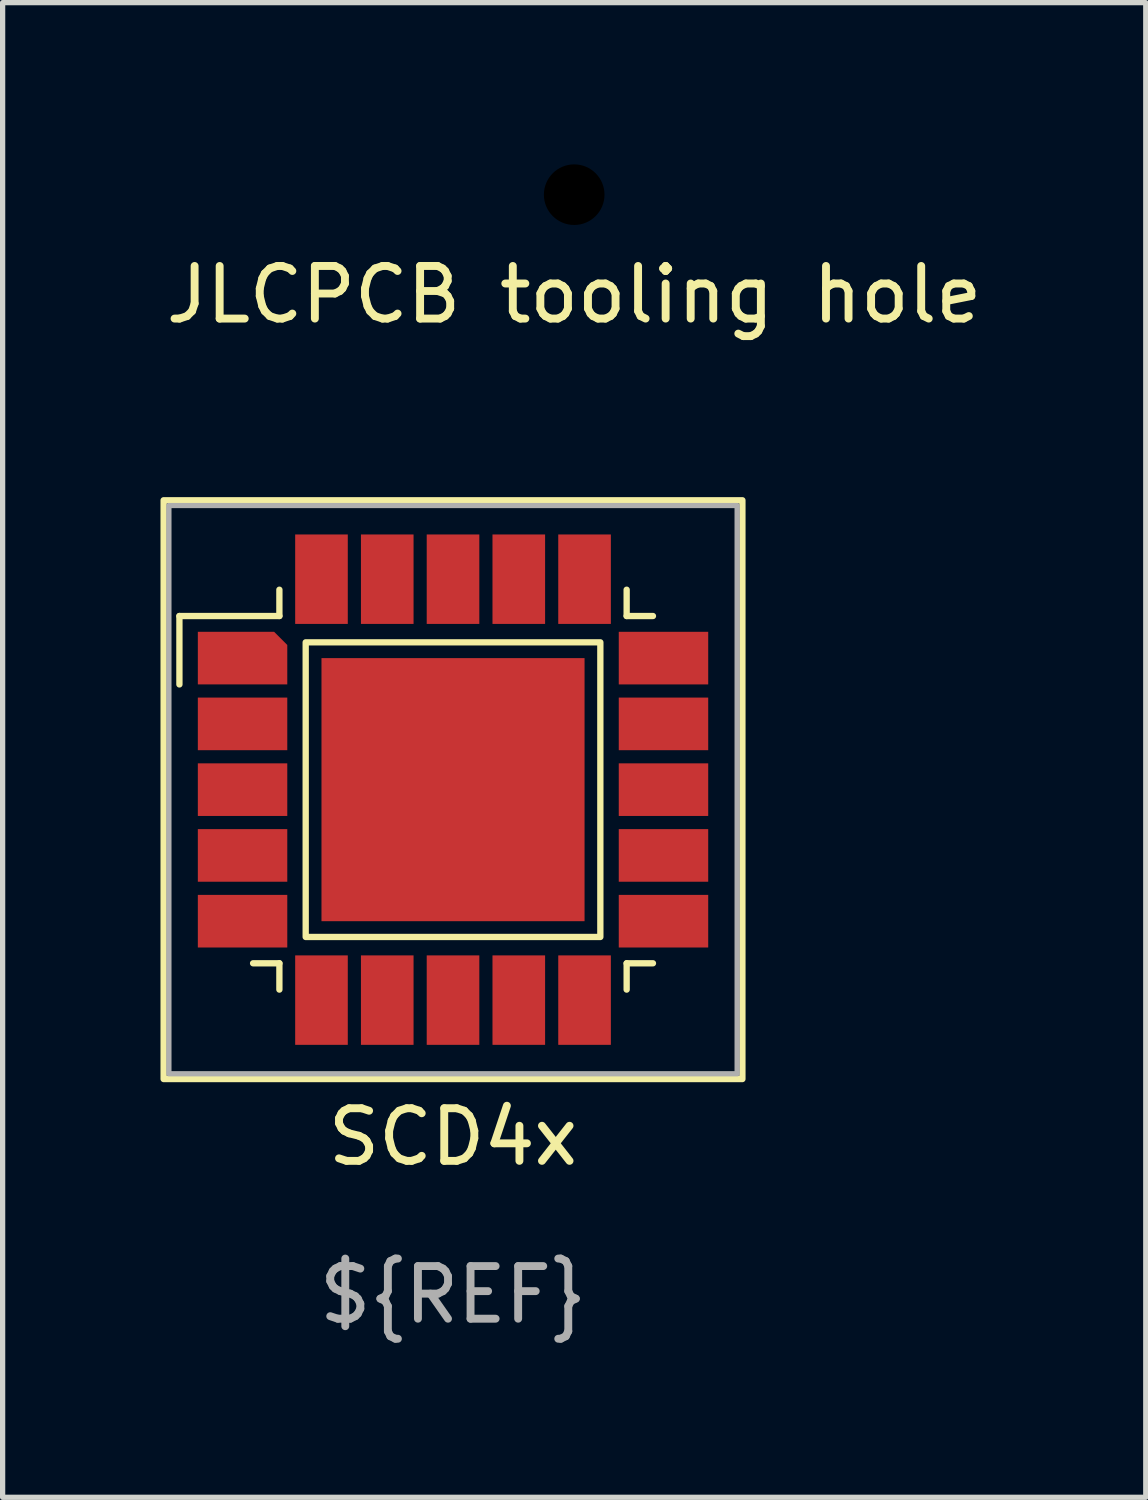
<source format=kicad_pcb>
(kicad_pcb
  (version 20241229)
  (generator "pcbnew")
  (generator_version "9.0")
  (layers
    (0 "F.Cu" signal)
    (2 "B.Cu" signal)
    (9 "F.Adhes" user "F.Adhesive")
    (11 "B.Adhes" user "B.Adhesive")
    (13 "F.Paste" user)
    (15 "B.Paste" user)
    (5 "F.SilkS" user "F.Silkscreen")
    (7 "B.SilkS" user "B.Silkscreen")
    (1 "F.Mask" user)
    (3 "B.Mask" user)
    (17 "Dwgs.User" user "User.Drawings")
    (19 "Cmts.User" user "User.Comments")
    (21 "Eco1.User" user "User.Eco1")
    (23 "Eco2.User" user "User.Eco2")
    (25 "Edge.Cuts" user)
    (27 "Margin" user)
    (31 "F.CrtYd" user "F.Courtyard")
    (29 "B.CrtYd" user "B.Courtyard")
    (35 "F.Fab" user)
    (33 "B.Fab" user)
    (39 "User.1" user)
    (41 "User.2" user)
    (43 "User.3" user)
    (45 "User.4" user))
  (footprint "JLCPCB tooling hole"
    (layer "F.Cu")
    (at 7.863 0.65)
    (property "Reference" "JLCPCB tooling hole" (at 0 1.9 0) (unlocked yes) (layer "F.SilkS") (effects (font (size 1 1) (thickness 0.15))))
    (pad "" np_thru_hole circle (at 0 0) (size 1.3 1.3) (drill 1.152) (layers "*.Mask")))
  (footprint "SCD4x"
    (layer "F.Cu")
    (at 5.56 11.958)
    (property "Reference" "SCD4x" (at 0 6.6 0) (unlocked yes) (layer "F.SilkS") (effects (font (size 1 1) (thickness 0.15))))
    (attr smd)
    (fp_line (start -5.2 -2) (end -5.2 -3.3) (stroke (width 0.12) (type solid)) (layer "F.SilkS"))
    (fp_line (start -3.8 3.3) (end -3.3 3.3) (stroke (width 0.12) (type solid)) (layer "F.SilkS"))
    (fp_line (start -3.3 -3.8) (end -3.3 -3.3) (stroke (width 0.12) (type solid)) (layer "F.SilkS"))
    (fp_line (start -3.3 -3.3) (end -5.2 -3.3) (stroke (width 0.12) (type solid)) (layer "F.SilkS"))
    (fp_line (start -3.3 3.3) (end -3.3 3.8) (stroke (width 0.12) (type solid)) (layer "F.SilkS"))
    (fp_line (start 3.3 -3.3) (end 3.3 -3.8) (stroke (width 0.12) (type solid)) (layer "F.SilkS"))
    (fp_line (start 3.3 3.3) (end 3.8 3.3) (stroke (width 0.12) (type solid)) (layer "F.SilkS"))
    (fp_line (start 3.3 3.8) (end 3.3 3.3) (stroke (width 0.12) (type solid)) (layer "F.SilkS"))
    (fp_line (start 3.8 -3.3) (end 3.3 -3.3) (stroke (width 0.12) (type solid)) (layer "F.SilkS"))
    (fp_rect (start -2.8 -2.8) (end 2.8 2.8) (stroke (width 0.12) (type solid)) (fill no) (layer "F.SilkS"))
    (fp_rect (start 5.5 5.5) (end -5.5 -5.5) (stroke (width 0.12) (type solid)) (fill no) (layer "F.SilkS"))
    (fp_rect (start -2.3 -2.3) (end -0.5 -0.5) (stroke (width 0.1) (type solid)) (fill yes) (layer "F.Paste"))
    (fp_rect (start -2.3 0.5) (end -0.5 2.3) (stroke (width 0.1) (type solid)) (fill yes) (layer "F.Paste"))
    (fp_rect (start 0.5 -2.3) (end 2.3 -0.5) (stroke (width 0.1) (type solid)) (fill yes) (layer "F.Paste"))
    (fp_rect (start 0.5 0.5) (end 2.3 2.3) (stroke (width 0.1) (type solid)) (fill yes) (layer "F.Paste"))
    (fp_rect (start -5.4 -5.4) (end 5.4 5.4) (stroke (width 0.1) (type solid)) (fill no) (layer "F.Fab"))
    (fp_text user "${REF}" (at 0 9.6 0) (unlocked yes) (layer "F.Fab") (effects (font (size 1 1) (thickness 0.15))))
    (pad "1" smd roundrect (at -4 -2.5) (size 1.7 1) (layers "F.Cu" "F.Mask" "F.Paste") (roundrect_rratio 0) (chamfer_ratio 0.25) (chamfer top_right))
    (pad "2" smd rect (at -4 -1.25) (size 1.7 1) (layers "F.Cu" "F.Mask" "F.Paste"))
    (pad "3" smd rect (at -4 0) (size 1.7 1) (layers "F.Cu" "F.Mask" "F.Paste"))
    (pad "4" smd rect (at -4 1.25) (size 1.7 1) (layers "F.Cu" "F.Mask" "F.Paste"))
    (pad "5" smd rect (at -4 2.5) (size 1.7 1) (layers "F.Cu" "F.Mask" "F.Paste"))
    (pad "6" smd rect (at -2.5 4 90) (size 1.7 1) (layers "F.Cu" "F.Mask" "F.Paste"))
    (pad "7" smd rect (at -1.25 4 90) (size 1.7 1) (layers "F.Cu" "F.Mask" "F.Paste"))
    (pad "8" smd rect (at 0 4 90) (size 1.7 1) (layers "F.Cu" "F.Mask" "F.Paste"))
    (pad "9" smd rect (at 1.25 4 90) (size 1.7 1) (layers "F.Cu" "F.Mask" "F.Paste"))
    (pad "10" smd rect (at 2.5 4 90) (size 1.7 1) (layers "F.Cu" "F.Mask" "F.Paste"))
    (pad "11" smd rect (at 4 2.5 180) (size 1.7 1) (layers "F.Cu" "F.Mask" "F.Paste"))
    (pad "12" smd rect (at 4 1.25 180) (size 1.7 1) (layers "F.Cu" "F.Mask" "F.Paste"))
    (pad "13" smd rect (at 4 0 180) (size 1.7 1) (layers "F.Cu" "F.Mask" "F.Paste"))
    (pad "14" smd rect (at 4 -1.25 180) (size 1.7 1) (layers "F.Cu" "F.Mask" "F.Paste"))
    (pad "15" smd rect (at 4 -2.5 180) (size 1.7 1) (layers "F.Cu" "F.Mask" "F.Paste"))
    (pad "16" smd rect (at 2.5 -4 90) (size 1.7 1) (layers "F.Cu" "F.Mask" "F.Paste"))
    (pad "17" smd rect (at 1.25 -4 90) (size 1.7 1) (layers "F.Cu" "F.Mask" "F.Paste"))
    (pad "18" smd rect (at 0 -4 90) (size 1.7 1) (layers "F.Cu" "F.Mask" "F.Paste"))
    (pad "19" smd rect (at -1.25 -4 90) (size 1.7 1) (layers "F.Cu" "F.Mask" "F.Paste"))
    (pad "20" smd rect (at -2.5 -4 90) (size 1.7 1) (layers "F.Cu" "F.Mask" "F.Paste"))
    (pad "21" smd rect (at 0 0) (size 5 5) (layers "F.Cu" "F.Mask")))
  (gr_rect
    (start -3 -3)
    (end 18.726 25.407)
    (stroke (width 0.1) (type default))
    (fill no)
    (layer "Edge.Cuts")))
</source>
